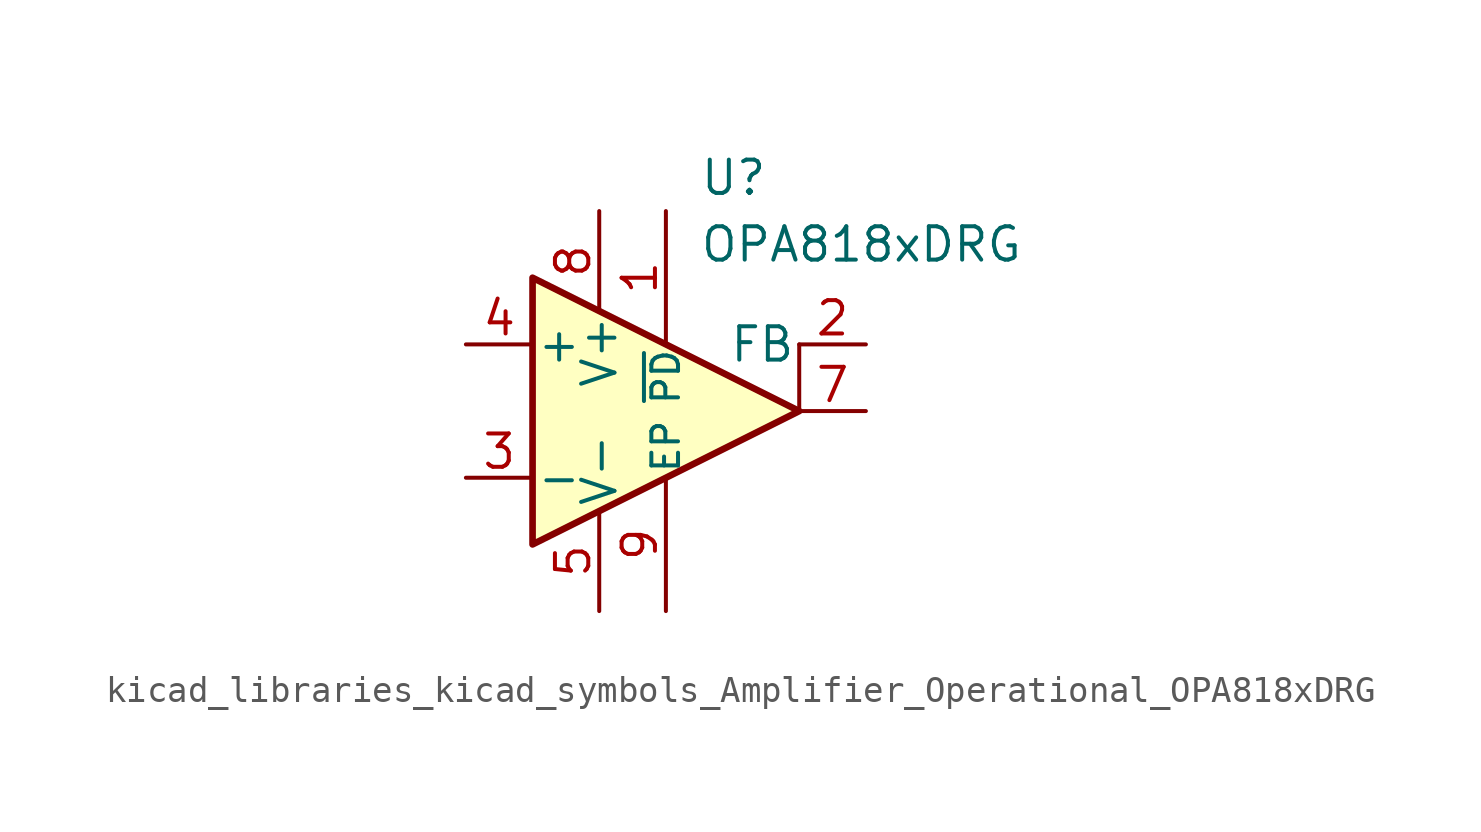
<source format=kicad_sym>
(kicad_symbol_lib
  (version 20220914)
  (generator kicad_symbol_editor)
  (symbol "kicad_libraries_kicad_symbols_Amplifier_Operational_OPA818xDRG"
    (pin_names
      (offset 0.127))
    (property "Reference" "U"
      (at 1.27 8.89 0)
      (effects (font (size 1.27 1.27)) (justify left)))
    (property "Value" "OPA818xDRG"
      (at 1.27 6.35 0)
      (effects (font (size 1.27 1.27)) (justify left)))
    (symbol "kicad_libraries_kicad_symbols_Amplifier_Operational_OPA818xDRG_0_0"
      (pin input line (at 0 7.62 270) (length 5.08) (name "~{PD}" (effects (font (size 1.016 1.016)))) (number "1" (effects (font (size 1.27 1.27)))))
      (pin power_in line (at -2.54 7.62 270) (length 3.81) (name "V+" (effects (font (size 1.27 1.27)))) (number "8" (effects (font (size 1.27 1.27)))))
      (pin passive line (at 0 -7.62 90) (length 5.08) (name "EP" (effects (font (size 1.016 1.016)))) (number "9" (effects (font (size 1.27 1.27))))))
    (symbol "kicad_libraries_kicad_symbols_Amplifier_Operational_OPA818xDRG_0_1"
      (polyline (pts (xy 5.08 0) (xy 5.08 2.54)) (stroke (width 0.152) (type default)) (fill (type none)))
      (polyline (pts (xy -5.08 5.08) (xy 5.08 0) (xy -5.08 -5.08) (xy -5.08 5.08)) (stroke (width 0.254) (type default)) (fill (type background)))
      (pin no_connect line (at -5.08 -5.08 90) (length 3.81) hide (name "NC" (effects (font (size 1.27 1.27)))) (number "6" (effects (font (size 1.27 1.27)))))
      (pin output line (at 7.62 0 180) (length 2.54) (name "~" (effects (font (size 1.27 1.27)))) (number "7" (effects (font (size 1.27 1.27))))))
    (symbol "kicad_libraries_kicad_symbols_Amplifier_Operational_OPA818xDRG_1_1"
      (pin output line (at 7.62 2.54 180) (length 2.54) (name "FB" (effects (font (size 1.27 1.27)))) (number "2" (effects (font (size 1.27 1.27)))))
      (pin input line (at -7.62 -2.54 0) (length 2.54) (name "-" (effects (font (size 1.27 1.27)))) (number "3" (effects (font (size 1.27 1.27)))))
      (pin input line (at -7.62 2.54 0) (length 2.54) (name "+" (effects (font (size 1.27 1.27)))) (number "4" (effects (font (size 1.27 1.27)))))
      (pin power_in line (at -2.54 -7.62 90) (length 3.81) (name "V-" (effects (font (size 1.27 1.27)))) (number "5" (effects (font (size 1.27 1.27))))))))
</source>
